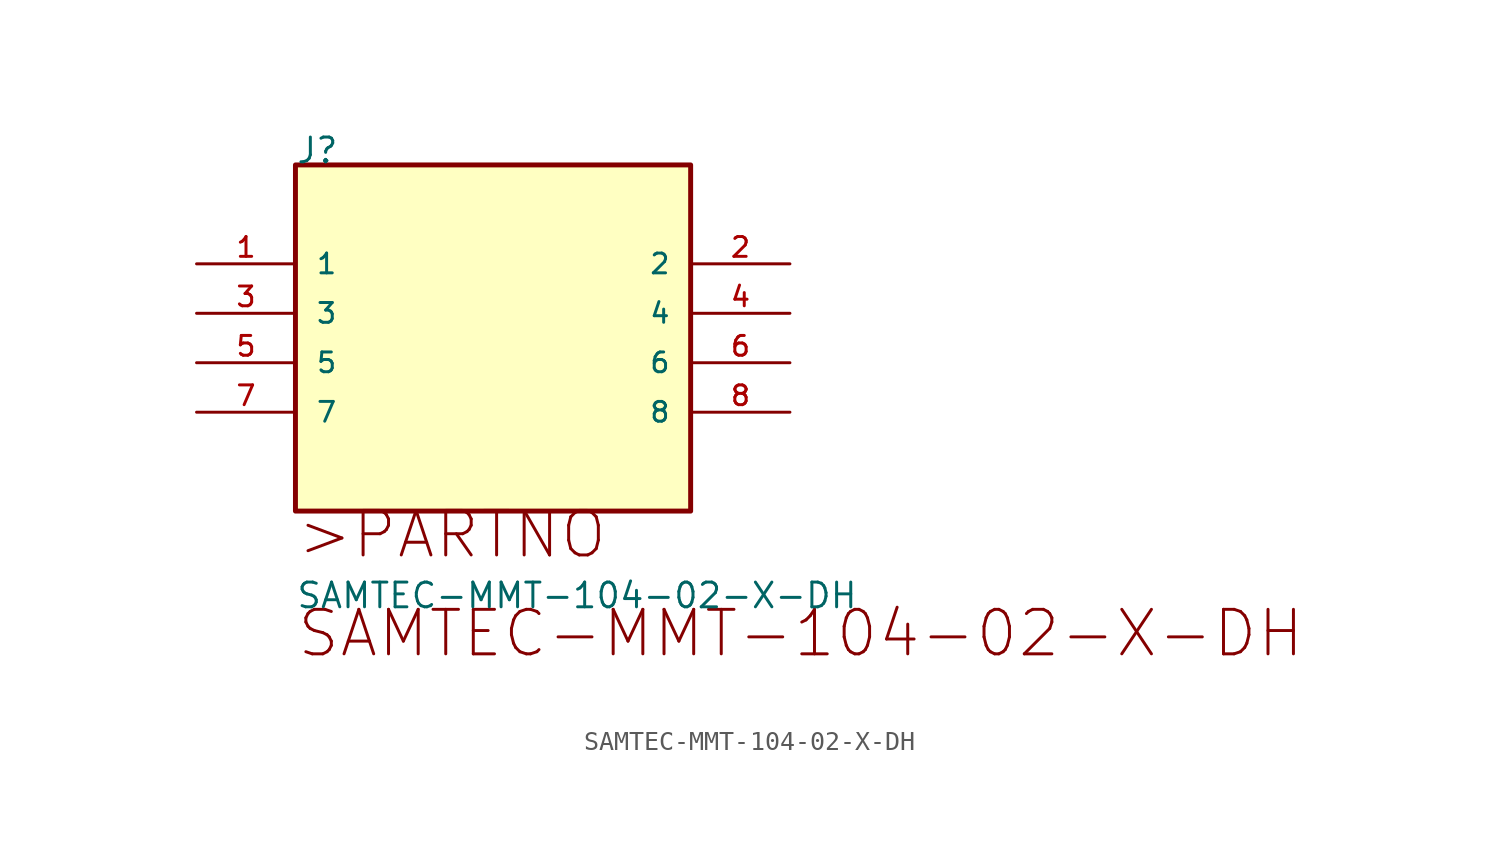
<source format=kicad_sym>
(kicad_symbol_lib
  (version 20211014)
  (generator kicad_symbol_editor)
  (symbol "SAMTEC-MMT-104-02-X-DH"
    (pin_names
      (offset 1.016))
    (property "Reference" "J"
      (at 0.0 5.08 0)
      (effects (font (size 1.27 1.27)) (justify bottom left)))
    (property "Value" "SAMTEC-MMT-104-02-X-DH"
      (at 0.0 -17.78 0)
      (effects (font (size 1.27 1.27)) (justify bottom left)))
    (symbol "SAMTEC-MMT-104-02-X-DH_0_0"
      (text ">PARTNO" (at 0.0 -15.24 0) (effects (font (size 2.286 2.286)) (justify bottom left)))
      (text "SAMTEC-MMT-104-02-X-DH" (at 0.0 -20.32 0) (effects (font (size 2.286 2.286)) (justify bottom left)))
      (rectangle (start 1.7763568394e-15 -12.7) (end 20.3 5.08) (stroke (width 0.254)) (fill (type background)))
      (pin passive line (at -5.08 -0.0 0) (length 5.08) (name "1" (effects (font (size 1.016 1.016)))) (number "1" (effects (font (size 1.016 1.016)))))
      (pin passive line (at 25.4 -0.0 180.0) (length 5.08) (name "2" (effects (font (size 1.016 1.016)))) (number "2" (effects (font (size 1.016 1.016)))))
      (pin passive line (at -5.08 -2.54 0) (length 5.08) (name "3" (effects (font (size 1.016 1.016)))) (number "3" (effects (font (size 1.016 1.016)))))
      (pin passive line (at 25.4 -2.54 180.0) (length 5.08) (name "4" (effects (font (size 1.016 1.016)))) (number "4" (effects (font (size 1.016 1.016)))))
      (pin passive line (at -5.08 -5.08 0) (length 5.08) (name "5" (effects (font (size 1.016 1.016)))) (number "5" (effects (font (size 1.016 1.016)))))
      (pin passive line (at 25.4 -5.08 180.0) (length 5.08) (name "6" (effects (font (size 1.016 1.016)))) (number "6" (effects (font (size 1.016 1.016)))))
      (pin passive line (at -5.08 -7.62 0) (length 5.08) (name "7" (effects (font (size 1.016 1.016)))) (number "7" (effects (font (size 1.016 1.016)))))
      (pin passive line (at 25.4 -7.62 180.0) (length 5.08) (name "8" (effects (font (size 1.016 1.016)))) (number "8" (effects (font (size 1.016 1.016))))))))
</source>
